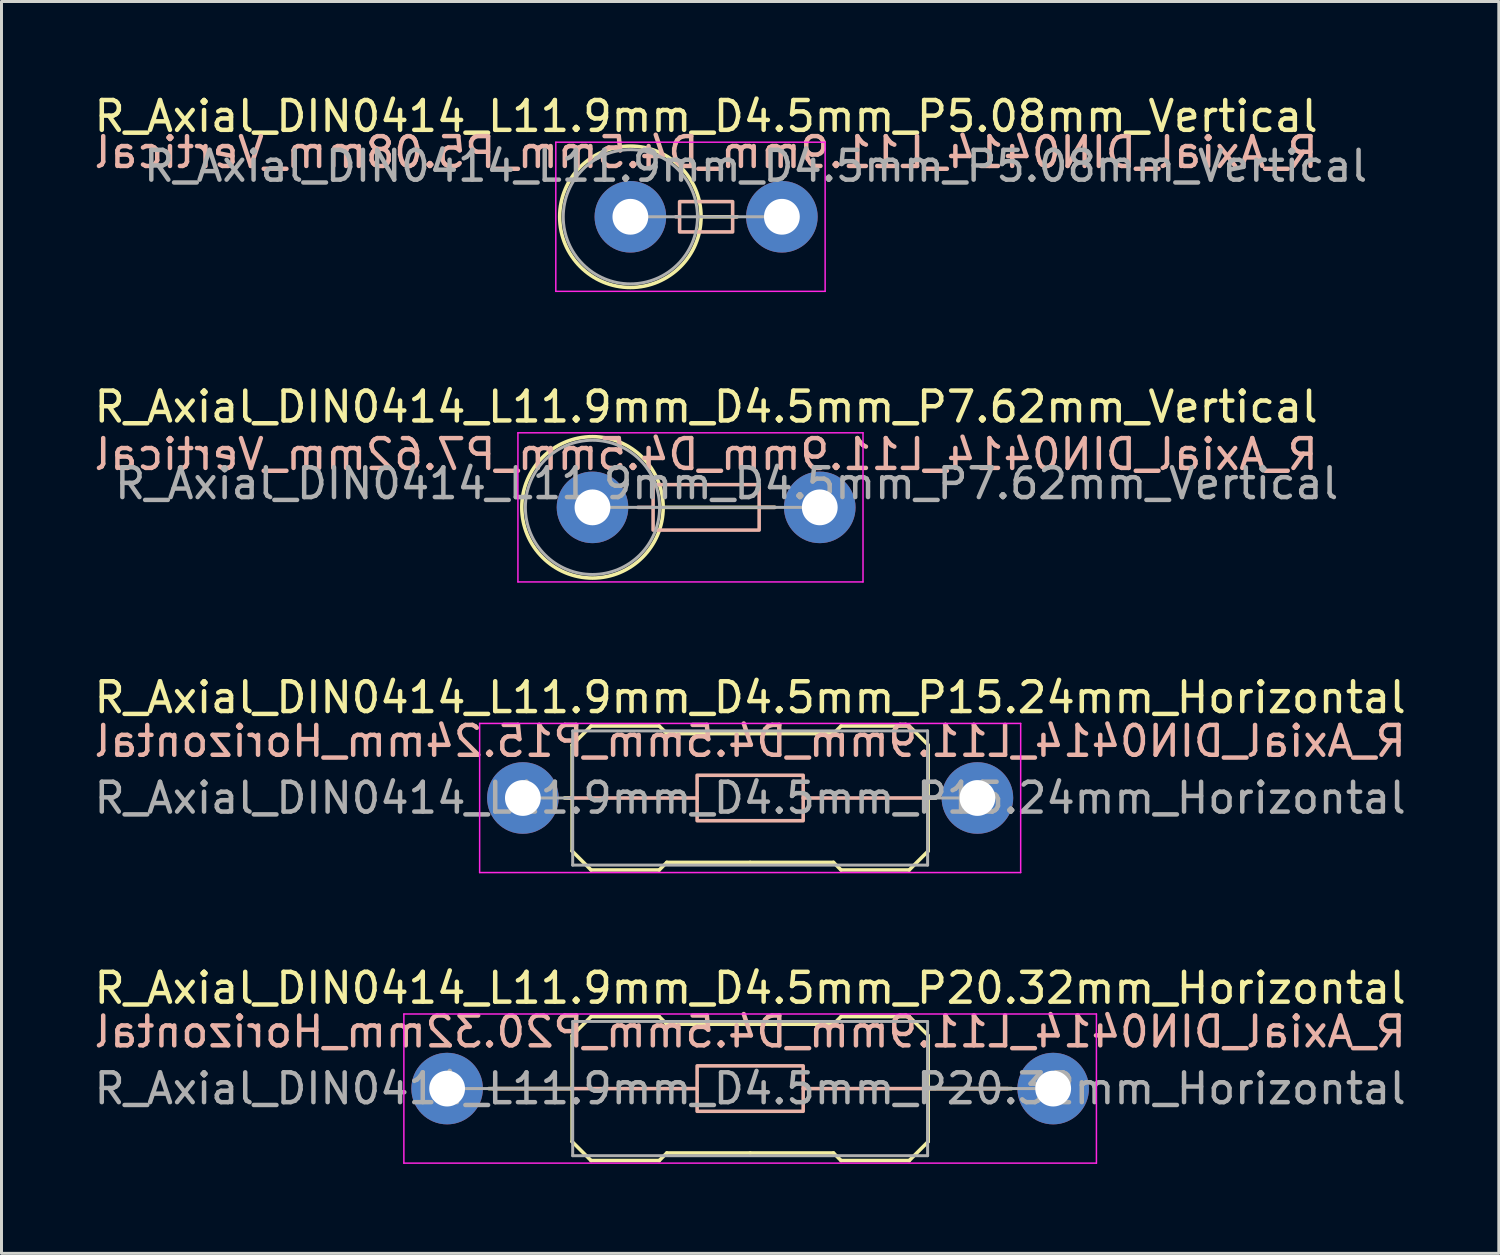
<source format=kicad_pcb>
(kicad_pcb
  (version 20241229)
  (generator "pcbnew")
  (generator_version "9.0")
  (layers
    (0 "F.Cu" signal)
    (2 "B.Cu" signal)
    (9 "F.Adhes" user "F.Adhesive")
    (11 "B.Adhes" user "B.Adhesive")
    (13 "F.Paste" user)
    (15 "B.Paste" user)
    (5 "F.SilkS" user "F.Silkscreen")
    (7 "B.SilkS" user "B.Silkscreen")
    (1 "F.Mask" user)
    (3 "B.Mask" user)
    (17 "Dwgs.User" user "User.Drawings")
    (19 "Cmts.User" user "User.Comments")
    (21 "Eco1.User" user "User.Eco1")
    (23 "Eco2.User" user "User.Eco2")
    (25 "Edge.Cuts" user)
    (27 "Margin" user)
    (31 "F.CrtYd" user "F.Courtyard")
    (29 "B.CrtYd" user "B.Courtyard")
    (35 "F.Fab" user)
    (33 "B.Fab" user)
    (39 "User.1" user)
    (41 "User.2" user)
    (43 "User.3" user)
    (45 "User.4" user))
  (footprint "R_Axial_DIN0414_L11.9mm_D4.5mm_P20.32mm_Horizontal"
    (layer "F.Cu")
    (at 11.941 33.448)
    (property "Reference" "R_Axial_DIN0414_L11.9mm_D4.5mm_P20.32mm_Horizontal" (at 10.16 -3.37 0) (layer "F.SilkS") (effects (font (size 1 1) (thickness 0.15))))
    (fp_line (start 4.191 -1.778) (end 4.826 -2.413) (stroke (width 0.12) (type solid)) (layer "F.SilkS"))
    (fp_line (start 4.191 0) (end 1.397 0) (stroke (width 0.12) (type solid)) (layer "F.SilkS"))
    (fp_line (start 4.191 1.778) (end 4.191 -1.778) (stroke (width 0.12) (type solid)) (layer "F.SilkS"))
    (fp_line (start 4.191 1.778) (end 4.826 2.413) (stroke (width 0.12) (type solid)) (layer "F.SilkS"))
    (fp_line (start 4.826 -2.413) (end 7.112 -2.413) (stroke (width 0.12) (type solid)) (layer "F.SilkS"))
    (fp_line (start 4.826 2.413) (end 7.112 2.413) (stroke (width 0.12) (type solid)) (layer "F.SilkS"))
    (fp_line (start 7.112 -2.413) (end 7.366 -2.159) (stroke (width 0.12) (type solid)) (layer "F.SilkS"))
    (fp_line (start 7.112 2.413) (end 7.366 2.159) (stroke (width 0.12) (type solid)) (layer "F.SilkS"))
    (fp_line (start 7.366 -2.159) (end 10.16 -2.159) (stroke (width 0.12) (type solid)) (layer "F.SilkS"))
    (fp_line (start 7.366 2.159) (end 10.16 2.159) (stroke (width 0.12) (type solid)) (layer "F.SilkS"))
    (fp_line (start 12.954 -2.159) (end 10.16 -2.159) (stroke (width 0.12) (type solid)) (layer "F.SilkS"))
    (fp_line (start 12.954 2.159) (end 10.16 2.159) (stroke (width 0.12) (type solid)) (layer "F.SilkS"))
    (fp_line (start 13.208 -2.413) (end 12.954 -2.159) (stroke (width 0.12) (type solid)) (layer "F.SilkS"))
    (fp_line (start 13.208 2.413) (end 12.954 2.159) (stroke (width 0.12) (type solid)) (layer "F.SilkS"))
    (fp_line (start 15.494 -2.413) (end 13.208 -2.413) (stroke (width 0.12) (type solid)) (layer "F.SilkS"))
    (fp_line (start 15.494 2.413) (end 13.208 2.413) (stroke (width 0.12) (type solid)) (layer "F.SilkS"))
    (fp_line (start 16.129 -1.778) (end 15.494 -2.413) (stroke (width 0.12) (type solid)) (layer "F.SilkS"))
    (fp_line (start 16.129 0) (end 18.923 0) (stroke (width 0.12) (type solid)) (layer "F.SilkS"))
    (fp_line (start 16.129 1.778) (end 15.494 2.413) (stroke (width 0.12) (type solid)) (layer "F.SilkS"))
    (fp_line (start 16.129 1.778) (end 16.129 -1.778) (stroke (width 0.12) (type solid)) (layer "F.SilkS"))
    (fp_line (start 8.382 0) (end 1.524 0) (stroke (width 0.12) (type solid)) (layer "B.SilkS"))
    (fp_line (start 11.938 0) (end 18.796 0) (stroke (width 0.12) (type solid)) (layer "B.SilkS"))
    (fp_rect (start 8.382 -0.762) (end 11.938 0.762) (stroke (width 0.12) (type solid)) (fill no) (layer "B.SilkS"))
    (fp_line (start -1.45 -2.5) (end -1.45 2.5) (stroke (width 0.05) (type solid)) (layer "F.CrtYd"))
    (fp_line (start -1.45 2.5) (end 21.77 2.5) (stroke (width 0.05) (type solid)) (layer "F.CrtYd"))
    (fp_line (start 21.77 -2.5) (end -1.45 -2.5) (stroke (width 0.05) (type solid)) (layer "F.CrtYd"))
    (fp_line (start 21.77 2.5) (end 21.77 -2.5) (stroke (width 0.05) (type solid)) (layer "F.CrtYd"))
    (fp_line (start 0 0) (end 4.21 0) (stroke (width 0.1) (type solid)) (layer "F.Fab"))
    (fp_line (start 4.21 -2.25) (end 4.21 2.25) (stroke (width 0.1) (type solid)) (layer "F.Fab"))
    (fp_line (start 4.21 2.25) (end 16.11 2.25) (stroke (width 0.1) (type solid)) (layer "F.Fab"))
    (fp_line (start 16.11 -2.25) (end 4.21 -2.25) (stroke (width 0.1) (type solid)) (layer "F.Fab"))
    (fp_line (start 16.11 2.25) (end 16.11 -2.25) (stroke (width 0.1) (type solid)) (layer "F.Fab"))
    (fp_line (start 20.32 0) (end 16.11 0) (stroke (width 0.1) (type solid)) (layer "F.Fab"))
    (fp_text user "${REFERENCE}" (at 10.16 -1.905 0) (layer "B.SilkS") (effects (font (size 1 1) (thickness 0.15)) (justify mirror)))
    (fp_text user "${REFERENCE}" (at 10.16 0 0) (layer "F.Fab") (effects (font (size 1 1) (thickness 0.15))))
    (pad "1" thru_hole circle (at 0 0) (size 2.4 2.4) (drill 1.2) (layers "*.Cu" "*.Mask"))
    (pad "2" thru_hole oval (at 20.32 0) (size 2.4 2.4) (drill 1.2) (layers "*.Cu" "*.Mask")))
  (footprint "R_Axial_DIN0414_L11.9mm_D4.5mm_P5.08mm_Vertical"
    (layer "F.Cu")
    (at 18.085 4.218)
    (property "Reference" "R_Axial_DIN0414_L11.9mm_D4.5mm_P5.08mm_Vertical" (at 2.54 -3.37 0) (layer "F.SilkS") (effects (font (size 1 1) (thickness 0.15))))
    (fp_line (start 2.37 0) (end 3.58 0) (stroke (width 0.12) (type solid)) (layer "F.SilkS"))
    (fp_circle (center 0 0) (end 2.37 0) (stroke (width 0.12) (type solid)) (fill no) (layer "F.SilkS"))
    (fp_line (start 1.524 0) (end 1.651 0) (stroke (width 0.12) (type solid)) (layer "B.SilkS"))
    (fp_line (start 3.556 0) (end 3.429 0) (stroke (width 0.12) (type solid)) (layer "B.SilkS"))
    (fp_rect (start 1.651 -0.508) (end 3.429 0.508) (stroke (width 0.12) (type solid)) (fill no) (layer "B.SilkS"))
    (fp_line (start -2.5 -2.5) (end -2.5 2.5) (stroke (width 0.05) (type solid)) (layer "F.CrtYd"))
    (fp_line (start -2.5 2.5) (end 6.53 2.5) (stroke (width 0.05) (type solid)) (layer "F.CrtYd"))
    (fp_line (start 6.53 -2.5) (end -2.5 -2.5) (stroke (width 0.05) (type solid)) (layer "F.CrtYd"))
    (fp_line (start 6.53 2.5) (end 6.53 -2.5) (stroke (width 0.05) (type solid)) (layer "F.CrtYd"))
    (fp_line (start 0 0) (end 5.08 0) (stroke (width 0.1) (type solid)) (layer "F.Fab"))
    (fp_circle (center 0 0) (end 2.25 0) (stroke (width 0.1) (type solid)) (fill no) (layer "F.Fab"))
    (fp_text user "${REFERENCE}" (at 2.54 -2.159 0) (layer "B.SilkS") (effects (font (size 1 1) (thickness 0.15)) (justify mirror)))
    (fp_text user "${REFERENCE}" (at 4.2 -1.7 0) (layer "F.Fab") (effects (font (size 1 1) (thickness 0.15))))
    (pad "1" thru_hole circle (at 0 0) (size 2.4 2.4) (drill 1.2) (layers "*.Cu" "*.Mask"))
    (pad "2" thru_hole oval (at 5.08 0) (size 2.4 2.4) (drill 1.2) (layers "*.Cu" "*.Mask")))
  (footprint "R_Axial_DIN0414_L11.9mm_D4.5mm_P15.24mm_Horizontal"
    (layer "F.Cu")
    (at 14.481 23.705)
    (property "Reference" "R_Axial_DIN0414_L11.9mm_D4.5mm_P15.24mm_Horizontal" (at 7.62 -3.37 0) (layer "F.SilkS") (effects (font (size 1 1) (thickness 0.15))))
    (fp_line (start 1.651 -1.778) (end 2.286 -2.413) (stroke (width 0.12) (type solid)) (layer "F.SilkS"))
    (fp_line (start 1.651 0) (end 1.397 0) (stroke (width 0.12) (type solid)) (layer "F.SilkS"))
    (fp_line (start 1.651 1.778) (end 1.651 -1.778) (stroke (width 0.12) (type solid)) (layer "F.SilkS"))
    (fp_line (start 1.651 1.778) (end 2.286 2.413) (stroke (width 0.12) (type solid)) (layer "F.SilkS"))
    (fp_line (start 2.286 -2.413) (end 4.572 -2.413) (stroke (width 0.12) (type solid)) (layer "F.SilkS"))
    (fp_line (start 2.286 2.413) (end 4.572 2.413) (stroke (width 0.12) (type solid)) (layer "F.SilkS"))
    (fp_line (start 4.572 -2.413) (end 4.826 -2.159) (stroke (width 0.12) (type solid)) (layer "F.SilkS"))
    (fp_line (start 4.572 2.413) (end 4.826 2.159) (stroke (width 0.12) (type solid)) (layer "F.SilkS"))
    (fp_line (start 4.826 -2.159) (end 7.62 -2.159) (stroke (width 0.12) (type solid)) (layer "F.SilkS"))
    (fp_line (start 4.826 2.159) (end 7.62 2.159) (stroke (width 0.12) (type solid)) (layer "F.SilkS"))
    (fp_line (start 10.414 -2.159) (end 7.62 -2.159) (stroke (width 0.12) (type solid)) (layer "F.SilkS"))
    (fp_line (start 10.414 2.159) (end 7.62 2.159) (stroke (width 0.12) (type solid)) (layer "F.SilkS"))
    (fp_line (start 10.668 -2.413) (end 10.414 -2.159) (stroke (width 0.12) (type solid)) (layer "F.SilkS"))
    (fp_line (start 10.668 2.413) (end 10.414 2.159) (stroke (width 0.12) (type solid)) (layer "F.SilkS"))
    (fp_line (start 12.954 -2.413) (end 10.668 -2.413) (stroke (width 0.12) (type solid)) (layer "F.SilkS"))
    (fp_line (start 12.954 2.413) (end 10.668 2.413) (stroke (width 0.12) (type solid)) (layer "F.SilkS"))
    (fp_line (start 13.589 -1.778) (end 12.954 -2.413) (stroke (width 0.12) (type solid)) (layer "F.SilkS"))
    (fp_line (start 13.589 0) (end 13.843 0) (stroke (width 0.12) (type solid)) (layer "F.SilkS"))
    (fp_line (start 13.589 1.778) (end 12.954 2.413) (stroke (width 0.12) (type solid)) (layer "F.SilkS"))
    (fp_line (start 13.589 1.778) (end 13.589 -1.778) (stroke (width 0.12) (type solid)) (layer "F.SilkS"))
    (fp_line (start 5.842 0) (end 1.524 0) (stroke (width 0.12) (type solid)) (layer "B.SilkS"))
    (fp_line (start 9.398 0) (end 13.716 0) (stroke (width 0.12) (type solid)) (layer "B.SilkS"))
    (fp_rect (start 5.842 -0.762) (end 9.398 0.762) (stroke (width 0.12) (type solid)) (fill no) (layer "B.SilkS"))
    (fp_line (start -1.45 -2.5) (end -1.45 2.5) (stroke (width 0.05) (type solid)) (layer "F.CrtYd"))
    (fp_line (start -1.45 2.5) (end 16.69 2.5) (stroke (width 0.05) (type solid)) (layer "F.CrtYd"))
    (fp_line (start 16.69 -2.5) (end -1.45 -2.5) (stroke (width 0.05) (type solid)) (layer "F.CrtYd"))
    (fp_line (start 16.69 2.5) (end 16.69 -2.5) (stroke (width 0.05) (type solid)) (layer "F.CrtYd"))
    (fp_line (start 0 0) (end 1.67 0) (stroke (width 0.1) (type solid)) (layer "F.Fab"))
    (fp_line (start 1.67 -2.25) (end 1.67 2.25) (stroke (width 0.1) (type solid)) (layer "F.Fab"))
    (fp_line (start 1.67 2.25) (end 13.57 2.25) (stroke (width 0.1) (type solid)) (layer "F.Fab"))
    (fp_line (start 13.57 -2.25) (end 1.67 -2.25) (stroke (width 0.1) (type solid)) (layer "F.Fab"))
    (fp_line (start 13.57 2.25) (end 13.57 -2.25) (stroke (width 0.1) (type solid)) (layer "F.Fab"))
    (fp_line (start 15.24 0) (end 13.57 0) (stroke (width 0.1) (type solid)) (layer "F.Fab"))
    (fp_text user "${REFERENCE}" (at 7.62 -1.905 0) (layer "B.SilkS") (effects (font (size 1 1) (thickness 0.15)) (justify mirror)))
    (fp_text user "${REFERENCE}" (at 7.62 0 0) (layer "F.Fab") (effects (font (size 1 1) (thickness 0.15))))
    (pad "1" thru_hole circle (at 0 0) (size 2.4 2.4) (drill 1.2) (layers "*.Cu" "*.Mask"))
    (pad "2" thru_hole oval (at 15.24 0) (size 2.4 2.4) (drill 1.2) (layers "*.Cu" "*.Mask")))
  (footprint "R_Axial_DIN0414_L11.9mm_D4.5mm_P7.62mm_Vertical"
    (layer "F.Cu")
    (at 16.815 13.961)
    (property "Reference" "R_Axial_DIN0414_L11.9mm_D4.5mm_P7.62mm_Vertical" (at 3.81 -3.37 0) (layer "F.SilkS") (effects (font (size 1 1) (thickness 0.15))))
    (fp_line (start 2.37 0) (end 6.12 0) (stroke (width 0.12) (type solid)) (layer "F.SilkS"))
    (fp_circle (center 0 0) (end 2.37 0) (stroke (width 0.12) (type solid)) (fill no) (layer "F.SilkS"))
    (fp_line (start 2.032 0) (end 1.524 0) (stroke (width 0.12) (type solid)) (layer "B.SilkS"))
    (fp_line (start 5.588 0) (end 6.096 0) (stroke (width 0.12) (type solid)) (layer "B.SilkS"))
    (fp_rect (start 2.032 -0.762) (end 5.588 0.762) (stroke (width 0.12) (type solid)) (fill no) (layer "B.SilkS"))
    (fp_line (start -2.5 -2.5) (end -2.5 2.5) (stroke (width 0.05) (type solid)) (layer "F.CrtYd"))
    (fp_line (start -2.5 2.5) (end 9.07 2.5) (stroke (width 0.05) (type solid)) (layer "F.CrtYd"))
    (fp_line (start 9.07 -2.5) (end -2.5 -2.5) (stroke (width 0.05) (type solid)) (layer "F.CrtYd"))
    (fp_line (start 9.07 2.5) (end 9.07 -2.5) (stroke (width 0.05) (type solid)) (layer "F.CrtYd"))
    (fp_line (start 0 0) (end 7.62 0) (stroke (width 0.1) (type solid)) (layer "F.Fab"))
    (fp_circle (center 0 0) (end 2.25 0) (stroke (width 0.1) (type solid)) (fill no) (layer "F.Fab"))
    (fp_text user "${REFERENCE}" (at 3.81 -1.778 0) (layer "B.SilkS") (effects (font (size 1 1) (thickness 0.15)) (justify mirror)))
    (fp_text user "${REFERENCE}" (at 4.5 -0.8 0) (layer "F.Fab") (effects (font (size 1 1) (thickness 0.15))))
    (pad "1" thru_hole circle (at 0 0) (size 2.4 2.4) (drill 1.2) (layers "*.Cu" "*.Mask"))
    (pad "2" thru_hole oval (at 7.62 0) (size 2.4 2.4) (drill 1.2) (layers "*.Cu" "*.Mask")))
  (gr_rect
    (start -3 -3)
    (end 47.202 38.973)
    (stroke (width 0.1) (type default))
    (fill no)
    (layer "Edge.Cuts")))
</source>
